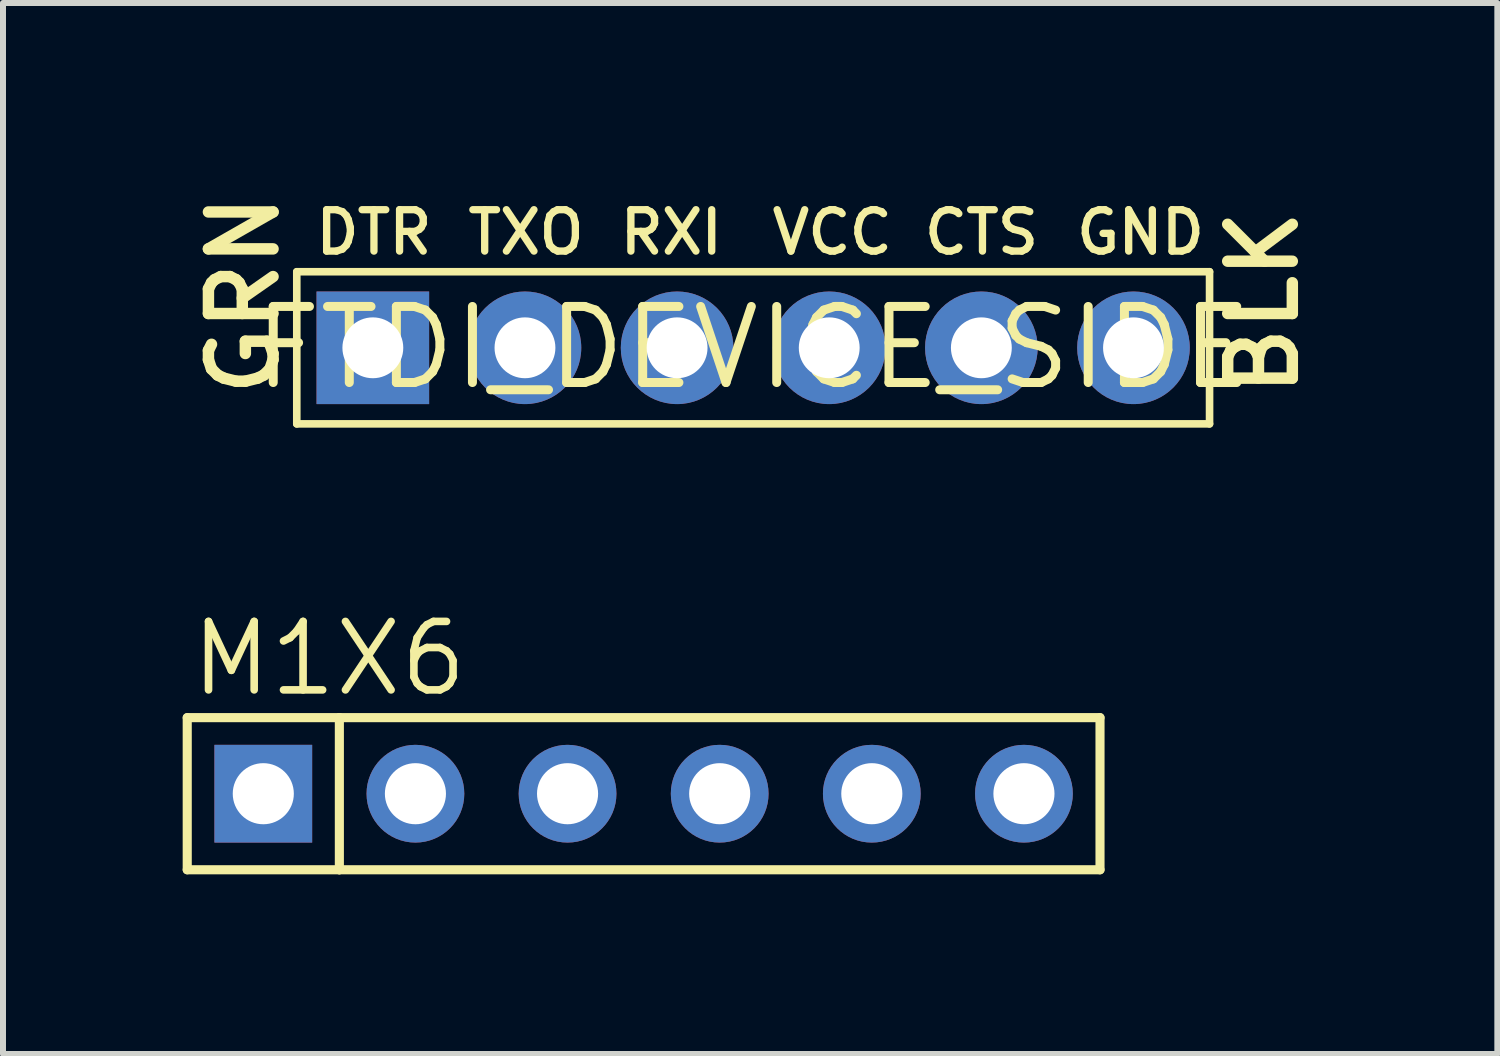
<source format=kicad_pcb>
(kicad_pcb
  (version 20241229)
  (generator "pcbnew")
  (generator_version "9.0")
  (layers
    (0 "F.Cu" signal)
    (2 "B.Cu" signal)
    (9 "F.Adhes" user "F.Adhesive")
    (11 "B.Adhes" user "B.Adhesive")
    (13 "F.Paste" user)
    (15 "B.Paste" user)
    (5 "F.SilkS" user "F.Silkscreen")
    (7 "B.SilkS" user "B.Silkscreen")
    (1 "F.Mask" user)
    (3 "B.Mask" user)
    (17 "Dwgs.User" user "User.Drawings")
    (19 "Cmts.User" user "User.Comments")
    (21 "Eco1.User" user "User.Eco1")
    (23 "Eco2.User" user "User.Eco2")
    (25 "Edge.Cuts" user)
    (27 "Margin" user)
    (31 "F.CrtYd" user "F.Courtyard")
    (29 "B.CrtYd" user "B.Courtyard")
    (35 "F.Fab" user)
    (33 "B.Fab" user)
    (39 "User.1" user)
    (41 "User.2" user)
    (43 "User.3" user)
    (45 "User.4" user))
  (footprint "M1X6"
    (layer "F.Cu")
    (at 1.346 10.202)
    (property "Reference" "M1X6" (at -1.27 -1.587 0) (unlocked yes) (layer "F.SilkS") (effects (font (size 1.143 1.143) (thickness 0.127)) (justify left bottom)))
    (fp_line (start -1.27 -1.27) (end -1.27 1.27) (stroke (width 0.152) (type solid)) (layer "F.SilkS"))
    (fp_line (start -1.27 1.27) (end 1.27 1.27) (stroke (width 0.152) (type solid)) (layer "F.SilkS"))
    (fp_line (start 1.27 -1.27) (end -1.27 -1.27) (stroke (width 0.152) (type solid)) (layer "F.SilkS"))
    (fp_line (start 1.27 -1.27) (end 1.27 1.27) (stroke (width 0.152) (type solid)) (layer "F.SilkS"))
    (fp_line (start 1.27 1.27) (end 13.97 1.27) (stroke (width 0.152) (type solid)) (layer "F.SilkS"))
    (fp_line (start 13.97 -1.27) (end 1.27 -1.27) (stroke (width 0.152) (type solid)) (layer "F.SilkS"))
    (fp_line (start 13.97 1.27) (end 13.97 -1.27) (stroke (width 0.152) (type solid)) (layer "F.SilkS"))
    (pad "1" thru_hole rect (at 0 0) (size 1.632 1.632) (drill 1.02) (layers "*.Cu" "*.Mask"))
    (pad "2" thru_hole circle (at 2.54 0) (size 1.632 1.632) (drill 1.02) (layers "*.Cu" "*.Mask"))
    (pad "3" thru_hole circle (at 5.08 0) (size 1.632 1.632) (drill 1.02) (layers "*.Cu" "*.Mask"))
    (pad "4" thru_hole circle (at 7.62 0) (size 1.632 1.632) (drill 1.02) (layers "*.Cu" "*.Mask"))
    (pad "5" thru_hole circle (at 10.16 0) (size 1.632 1.632) (drill 1.02) (layers "*.Cu" "*.Mask"))
    (pad "6" thru_hole circle (at 12.7 0) (size 1.632 1.632) (drill 1.02) (layers "*.Cu" "*.Mask")))
  (footprint "FTDI_DEVICE_SIDE"
    (layer "F.Cu")
    (at 9.525 2.757)
    (property "Reference" "FTDI_DEVICE_SIDE" (at 0 0 0) (layer "F.SilkS") (effects (font (size 1.27 1.27) (thickness 0.15))))
    (fp_line (start -7.62 -1.27) (end 7.62 -1.27) (stroke (width 0.127) (type solid)) (layer "F.SilkS"))
    (fp_line (start -7.62 1.27) (end -7.62 -1.27) (stroke (width 0.127) (type solid)) (layer "F.SilkS"))
    (fp_line (start 7.62 -1.27) (end 7.62 1.27) (stroke (width 0.127) (type solid)) (layer "F.SilkS"))
    (fp_line (start 7.62 1.27) (end -7.62 1.27) (stroke (width 0.127) (type solid)) (layer "F.SilkS"))
    (fp_text user "CTS" (at 2.794 -1.524 0) (unlocked yes) (layer "F.SilkS") (effects (font (size 0.691 0.691) (thickness 0.122)) (justify left bottom)))
    (fp_text user "BLK" (at 9.144 0.889 90) (unlocked yes) (layer "F.SilkS") (effects (font (size 1.079 1.079) (thickness 0.191)) (justify left bottom)))
    (fp_text user "RXI" (at -2.286 -1.524 0) (unlocked yes) (layer "F.SilkS") (effects (font (size 0.691 0.691) (thickness 0.122)) (justify left bottom)))
    (fp_text user "DTR" (at -7.366 -1.524 0) (unlocked yes) (layer "F.SilkS") (effects (font (size 0.691 0.691) (thickness 0.122)) (justify left bottom)))
    (fp_text user "GRN" (at -7.874 0.889 90) (unlocked yes) (layer "F.SilkS") (effects (font (size 1.079 1.079) (thickness 0.191)) (justify left bottom)))
    (fp_text user "TXO" (at -4.826 -1.524 0) (unlocked yes) (layer "F.SilkS") (effects (font (size 0.691 0.691) (thickness 0.122)) (justify left bottom)))
    (fp_text user "VCC" (at 0.254 -1.524 0) (unlocked yes) (layer "F.SilkS") (effects (font (size 0.691 0.691) (thickness 0.122)) (justify left bottom)))
    (fp_text user "GND" (at 5.334 -1.524 0) (unlocked yes) (layer "F.SilkS") (effects (font (size 0.691 0.691) (thickness 0.122)) (justify left bottom)))
    (pad "P$1" thru_hole rect (at -6.35 0) (size 1.88 1.88) (drill 1.016) (layers "*.Cu" "*.Mask"))
    (pad "P$2" thru_hole circle (at -3.81 0) (size 1.88 1.88) (drill 1.016) (layers "*.Cu" "*.Mask"))
    (pad "P$3" thru_hole circle (at -1.27 0) (size 1.88 1.88) (drill 1.016) (layers "*.Cu" "*.Mask"))
    (pad "P$4" thru_hole circle (at 1.27 0) (size 1.88 1.88) (drill 1.016) (layers "*.Cu" "*.Mask"))
    (pad "P$5" thru_hole circle (at 3.81 0) (size 1.88 1.88) (drill 1.016) (layers "*.Cu" "*.Mask"))
    (pad "P$6" thru_hole circle (at 6.35 0) (size 1.88 1.88) (drill 1.016) (layers "*.Cu" "*.Mask")))
  (gr_rect
    (start -3 -3)
    (end 21.95 14.548)
    (stroke (width 0.1) (type default))
    (fill no)
    (layer "Edge.Cuts")))
</source>
